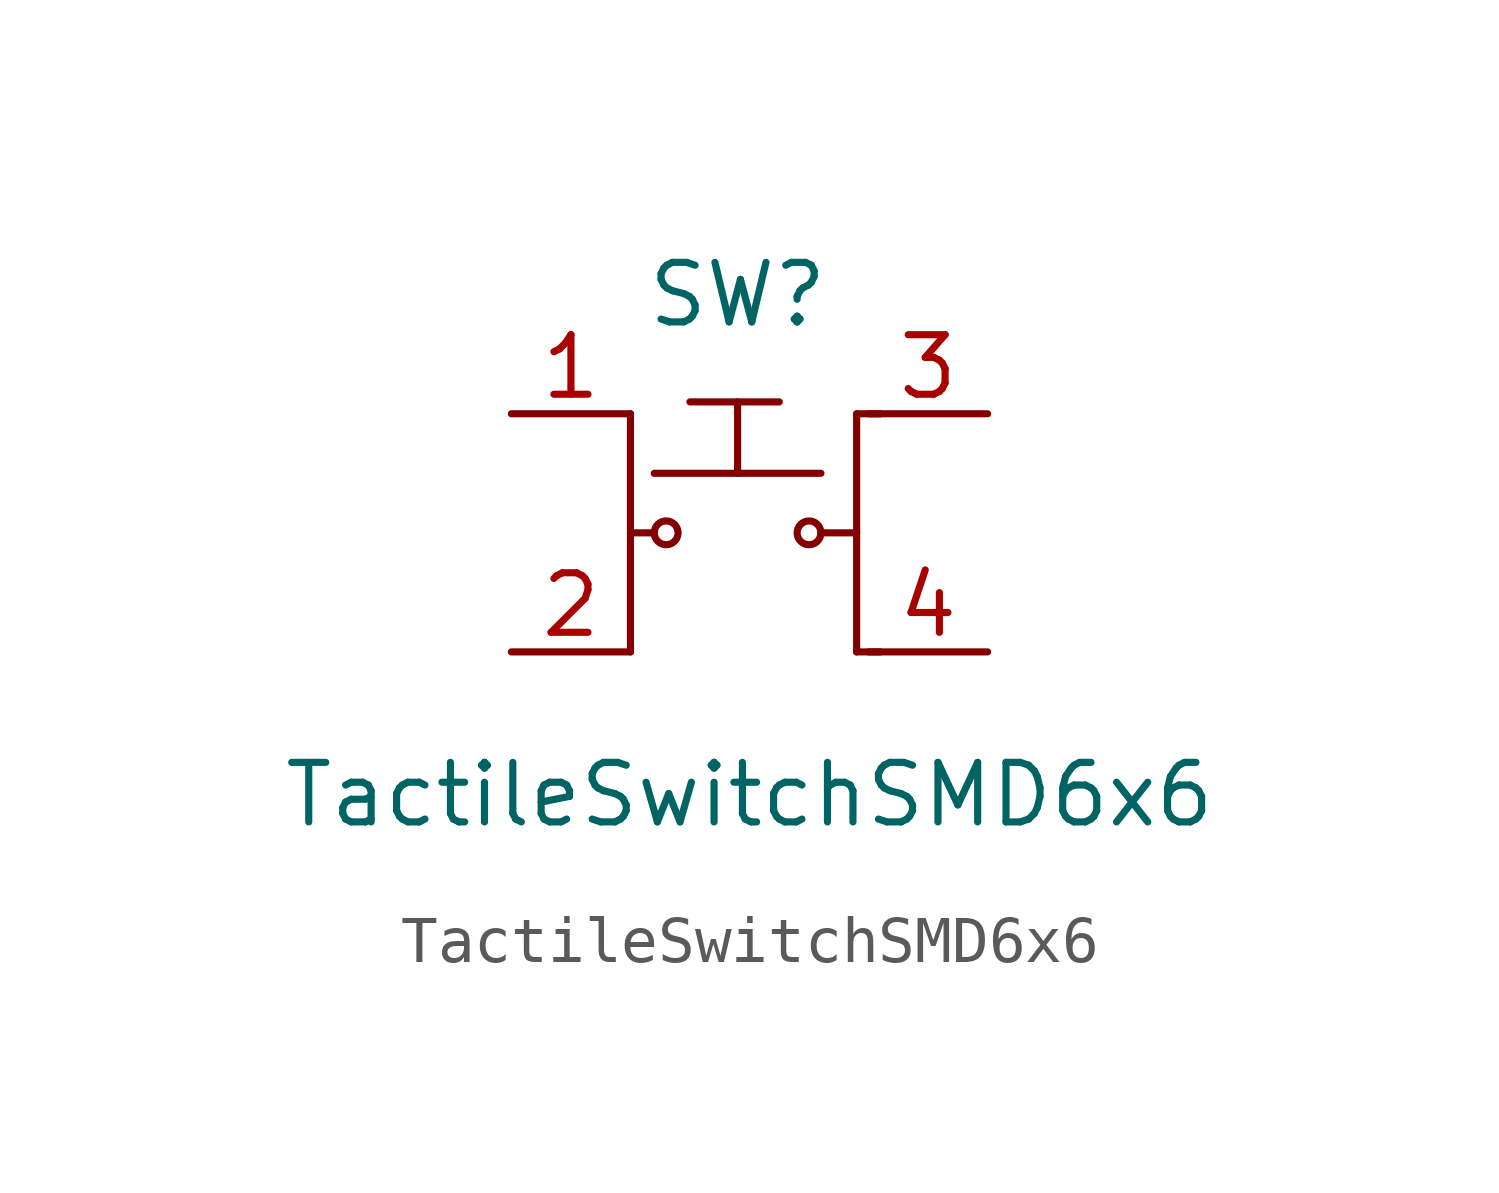
<source format=kicad_sym>
(kicad_symbol_lib
  (version 20220914)
  (generator kicad_symbol_editor)
  (symbol "TactileSwitchSMD6x6"
    (pin_names
      (offset 1.016))
    (property "Reference" "SW"
      (at -0.254 -1.27 0)
      (effects (font (size 1.27 1.27))))
    (property "Value" "TactileSwitchSMD6x6"
      (at 0 -11.938 0)
      (effects (font (size 1.27 1.27))))
    (symbol "TactileSwitchSMD6x6_0_1"
      (polyline (pts (xy 2.286 -8.89) (xy 2.794 -8.89)) (stroke (width 0) (type solid)) (fill (type none)))
      (polyline (pts (xy 2.286 -3.81) (xy 2.54 -3.81) (xy 2.794 -3.81)) (stroke (width 0) (type solid)) (fill (type none)))
      (polyline (pts (xy -2.54 -3.81) (xy -2.54 -8.89) (xy -2.54 -6.35) (xy -2.032 -6.35)) (stroke (width 0) (type solid)) (fill (type none))))
    (symbol "TactileSwitchSMD6x6_1_1"
      (circle (center -1.778 -6.35) (radius 0.254) (stroke (width 0) (type solid)) (fill (type none)))
      (polyline (pts (xy -2.032 -5.08) (xy 1.524 -5.08)) (stroke (width 0) (type solid)) (fill (type none)))
      (polyline (pts (xy -1.27 -3.556) (xy 0.635 -3.556)) (stroke (width 0) (type solid)) (fill (type none)))
      (polyline (pts (xy -0.254 -3.556) (xy -0.254 -5.08)) (stroke (width 0) (type solid)) (fill (type none)))
      (polyline (pts (xy 2.286 -8.89) (xy 2.286 -3.81)) (stroke (width 0) (type solid)) (fill (type none)))
      (polyline (pts (xy 2.286 -6.35) (xy 1.524 -6.35)) (stroke (width 0) (type solid)) (fill (type none)))
      (circle (center 1.27 -6.35) (radius 0.254) (stroke (width 0) (type solid)) (fill (type none)))
      (pin passive line (at -5.08 -3.81 0) (length 2.54) (name "~" (effects (font (size 1.27 1.27)))) (number "1" (effects (font (size 1.27 1.27)))))
      (pin passive line (at -5.08 -8.89 0) (length 2.54) (name "~" (effects (font (size 1.27 1.27)))) (number "2" (effects (font (size 1.27 1.27)))))
      (pin passive line (at 5.08 -3.81 180) (length 2.54) (name "~" (effects (font (size 1.27 1.27)))) (number "3" (effects (font (size 1.27 1.27)))))
      (pin passive line (at 5.08 -8.89 180) (length 2.54) (name "~" (effects (font (size 1.27 1.27)))) (number "4" (effects (font (size 1.27 1.27))))))))
</source>
